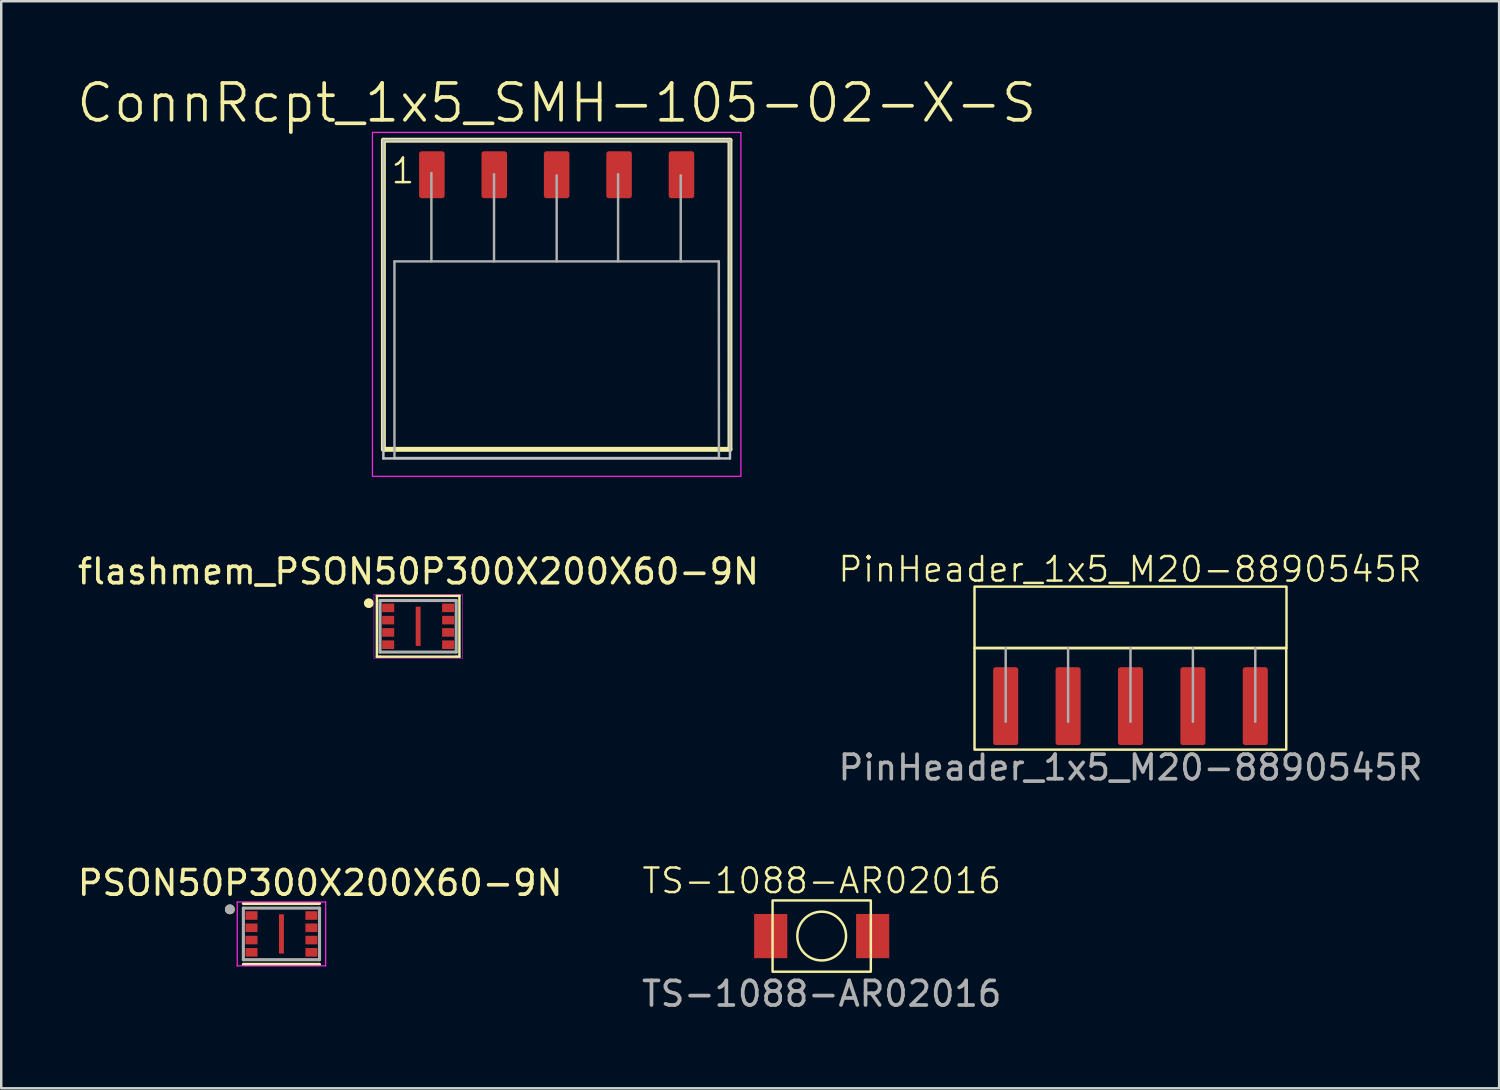
<source format=kicad_pcb>
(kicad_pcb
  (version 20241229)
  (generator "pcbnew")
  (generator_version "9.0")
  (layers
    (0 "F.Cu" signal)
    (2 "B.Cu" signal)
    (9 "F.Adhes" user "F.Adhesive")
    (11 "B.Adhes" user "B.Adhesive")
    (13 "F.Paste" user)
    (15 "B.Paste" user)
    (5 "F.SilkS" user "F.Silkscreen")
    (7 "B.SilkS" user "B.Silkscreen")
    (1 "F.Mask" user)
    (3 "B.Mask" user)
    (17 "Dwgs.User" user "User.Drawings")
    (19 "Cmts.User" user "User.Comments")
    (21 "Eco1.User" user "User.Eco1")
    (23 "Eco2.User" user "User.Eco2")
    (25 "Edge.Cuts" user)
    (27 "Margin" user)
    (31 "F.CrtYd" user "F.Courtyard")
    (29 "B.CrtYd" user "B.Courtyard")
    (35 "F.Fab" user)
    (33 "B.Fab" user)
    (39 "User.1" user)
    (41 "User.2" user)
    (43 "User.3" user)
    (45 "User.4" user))
  (footprint "PinHeader_1x5_M20-8890545R"
    (layer "F.Cu")
    (at 42.97 25.696)
    (property "Reference" "PinHeader_1x5_M20-8890545R" (at -0.02 -5.57 0) (unlocked yes) (layer "F.SilkS") (effects (font (size 1 1) (thickness 0.1))))
    (attr smd)
    (fp_rect (start -6.35 -4.865) (end 6.35 -2.365) (stroke (width 0.1) (type default)) (fill no) (layer "F.SilkS"))
    (fp_rect (start -6.35 -2.365) (end 6.34 1.77) (stroke (width 0.1) (type default)) (fill no) (layer "F.SilkS"))
    (fp_line (start -5.08 -2.365) (end -5.08 0.635) (stroke (width 0.1) (type default)) (layer "F.Fab"))
    (fp_line (start -2.54 -2.365) (end -2.54 0.635) (stroke (width 0.1) (type default)) (layer "F.Fab"))
    (fp_line (start 0 -2.365) (end 0 0.635) (stroke (width 0.1) (type default)) (layer "F.Fab"))
    (fp_line (start 2.54 -2.365) (end 2.54 0.635) (stroke (width 0.1) (type default)) (layer "F.Fab"))
    (fp_line (start 5.08 -2.365) (end 5.08 0.635) (stroke (width 0.1) (type default)) (layer "F.Fab"))
    (fp_text user "${REFERENCE}" (at 0 2.5 0) (unlocked yes) (layer "F.Fab") (effects (font (size 1 1) (thickness 0.15))))
    (pad "1" smd roundrect (at -5.08 0) (size 1.02 3.17) (layers "F.Cu" "F.Mask" "F.Paste") (roundrect_rratio 0.1))
    (pad "2" smd roundrect (at -2.54 0) (size 1.02 3.17) (layers "F.Cu" "F.Mask" "F.Paste") (roundrect_rratio 0.1))
    (pad "3" smd roundrect (at 0 0) (size 1.02 3.17) (layers "F.Cu" "F.Mask" "F.Paste") (roundrect_rratio 0.1))
    (pad "4" smd roundrect (at 2.54 0) (size 1.02 3.17) (layers "F.Cu" "F.Mask" "F.Paste") (roundrect_rratio 0.1))
    (pad "5" smd roundrect (at 5.08 0) (size 1.02 3.17) (layers "F.Cu" "F.Mask" "F.Paste") (roundrect_rratio 0.1)))
  (footprint "TS-1088-AR02016"
    (layer "F.Cu")
    (at 30.399 35.055)
    (property "Reference" "TS-1088-AR02016" (at 0 -2.25 0) (unlocked yes) (layer "F.SilkS") (effects (font (size 1 1) (thickness 0.1))))
    (attr smd)
    (fp_rect (start -2 -1.45) (end 2 1.45) (stroke (width 0.1) (type default)) (fill no) (layer "F.SilkS"))
    (fp_circle (center 0 0) (end 0.75 0.65) (stroke (width 0.1) (type default)) (fill no) (layer "F.SilkS"))
    (fp_text user "${REFERENCE}" (at 0 2.35 0) (unlocked yes) (layer "F.Fab") (effects (font (size 1 1) (thickness 0.15))))
    (pad "1" smd rect (at -2.075 0) (size 1.35 1.8) (layers "F.Cu" "F.Mask" "F.Paste"))
    (pad "2" smd rect (at 2.075 0) (size 1.35 1.8) (layers "F.Cu" "F.Mask" "F.Paste")))
  (footprint "ConnRcpt_1x5_SMH-105-02-X-S"
    (layer "F.Cu")
    (at 19.611 11.341)
    (property "Reference" "ConnRcpt_1x5_SMH-105-02-X-S" (at 0 -10.2 0) (layer "F.SilkS") (effects (font (size 1.5 1.5) (thickness 0.15))))
    (attr smd)
    (fp_line (start -7.054 -8.683) (end -7.054 3.9) (stroke (width 0.2) (type solid)) (layer "F.SilkS"))
    (fp_line (start -7.054 3.9) (end 7.054 3.9) (stroke (width 0.2) (type solid)) (layer "F.SilkS"))
    (fp_line (start 7.054 -8.683) (end -7.054 -8.683) (stroke (width 0.2) (type solid)) (layer "F.SilkS"))
    (fp_line (start 7.054 3.9) (end 7.054 -8.683) (stroke (width 0.2) (type solid)) (layer "F.SilkS"))
    (fp_line (start -7.054 -8.683) (end -7.054 4.27) (stroke (width 0.1) (type solid)) (layer "Dwgs.User"))
    (fp_line (start -7.054 4.27) (end 7.054 4.27) (stroke (width 0.1) (type solid)) (layer "Dwgs.User"))
    (fp_line (start 7.054 -8.683) (end -7.054 -8.683) (stroke (width 0.1) (type solid)) (layer "Dwgs.User"))
    (fp_line (start 7.054 4.27) (end 7.054 -8.683) (stroke (width 0.1) (type solid)) (layer "Dwgs.User"))
    (fp_rect (start -7.5 -9) (end 7.5 5) (stroke (width 0.05) (type default)) (fill no) (layer "F.CrtYd"))
    (fp_line (start -6.604 4.254) (end -6.604 -3.75) (stroke (width 0.1) (type solid)) (layer "F.Fab"))
    (fp_line (start -6.604 4.254) (end 6.604 4.254) (stroke (width 0.1) (type default)) (layer "F.Fab"))
    (fp_line (start -5.1 -7.35) (end -5.1 -3.75) (stroke (width 0.1) (type default)) (layer "F.Fab"))
    (fp_line (start -2.55 -7.3) (end -2.55 -3.75) (stroke (width 0.1) (type default)) (layer "F.Fab"))
    (fp_line (start 0 -7.25) (end 0 -3.75) (stroke (width 0.1) (type default)) (layer "F.Fab"))
    (fp_line (start 2.5 -7.3) (end 2.5 -3.75) (stroke (width 0.1) (type default)) (layer "F.Fab"))
    (fp_line (start 5.05 -7.25) (end 5.05 -3.75) (stroke (width 0.1) (type default)) (layer "F.Fab"))
    (fp_line (start 6.6 -3.75) (end -6.6 -3.75) (stroke (width 0.1) (type default)) (layer "F.Fab"))
    (fp_line (start 6.604 4.254) (end 6.6 -3.75) (stroke (width 0.1) (type solid)) (layer "F.Fab"))
    (fp_text user "1" (at -6.8 -6.85 0) (unlocked yes) (layer "F.SilkS") (effects (font (size 1 1) (thickness 0.1)) (justify left bottom)))
    (pad "1" smd roundrect (at -5.08 -7.277) (size 1.04 1.91) (layers "F.Cu" "F.Paste") (roundrect_rratio 0.098))
    (pad "2" smd roundrect (at -2.54 -7.277) (size 1.04 1.91) (layers "F.Cu" "F.Paste") (roundrect_rratio 0.098))
    (pad "3" smd roundrect (at 0 -7.277) (size 1.04 1.91) (layers "F.Cu" "F.Paste") (roundrect_rratio 0.098))
    (pad "4" smd roundrect (at 2.54 -7.277) (size 1.04 1.91) (layers "F.Cu" "F.Paste") (roundrect_rratio 0.098))
    (pad "5" smd roundrect (at 5.08 -7.277) (size 1.04 1.91) (layers "F.Cu" "F.Paste") (roundrect_rratio 0.098)))
  (footprint "PSON50P300X200X60-9N"
    (layer "F.Cu")
    (at 8.407 34.968)
    (property "Reference" "PSON50P300X200X60-9N" (at 1.575 -2.075 0) (layer "F.SilkS") (effects (font (size 1 1) (thickness 0.15))))
    (attr smd)
    (fp_line (start -1.55 -1.239) (end 1.55 -1.239) (stroke (width 0.127) (type solid)) (layer "F.SilkS"))
    (fp_line (start -1.55 1.239) (end 1.55 1.239) (stroke (width 0.127) (type solid)) (layer "F.SilkS"))
    (fp_circle (center -2.1 -1) (end -2 -1) (stroke (width 0.2) (type solid)) (fill no) (layer "F.SilkS"))
    (fp_line (start -1.8 -1.3) (end 1.8 -1.3) (stroke (width 0.05) (type solid)) (layer "F.CrtYd"))
    (fp_line (start -1.8 1.3) (end -1.8 -1.3) (stroke (width 0.05) (type solid)) (layer "F.CrtYd"))
    (fp_line (start 1.8 -1.3) (end 1.8 1.3) (stroke (width 0.05) (type solid)) (layer "F.CrtYd"))
    (fp_line (start 1.8 1.3) (end -1.8 1.3) (stroke (width 0.05) (type solid)) (layer "F.CrtYd"))
    (fp_line (start -1.55 -1.05) (end 1.55 -1.05) (stroke (width 0.127) (type solid)) (layer "F.Fab"))
    (fp_line (start -1.55 1.05) (end -1.55 -1.05) (stroke (width 0.127) (type solid)) (layer "F.Fab"))
    (fp_line (start 1.55 -1.05) (end 1.55 1.05) (stroke (width 0.127) (type solid)) (layer "F.Fab"))
    (fp_line (start 1.55 1.05) (end -1.55 1.05) (stroke (width 0.127) (type solid)) (layer "F.Fab"))
    (fp_circle (center -2.1 -1) (end -2 -1) (stroke (width 0.2) (type solid)) (fill no) (layer "F.Fab"))
    (pad "1" smd rect (at -1.22 -0.75) (size 0.49 0.35) (layers "F.Cu" "F.Mask" "F.Paste"))
    (pad "2" smd rect (at -1.22 -0.25) (size 0.49 0.35) (layers "F.Cu" "F.Mask" "F.Paste"))
    (pad "3" smd rect (at -1.22 0.25) (size 0.49 0.35) (layers "F.Cu" "F.Mask" "F.Paste"))
    (pad "4" smd rect (at -1.22 0.75) (size 0.49 0.35) (layers "F.Cu" "F.Mask" "F.Paste"))
    (pad "5" smd rect (at 1.22 0.75 180) (size 0.49 0.35) (layers "F.Cu" "F.Mask" "F.Paste"))
    (pad "6" smd rect (at 1.22 0.25 180) (size 0.49 0.35) (layers "F.Cu" "F.Mask" "F.Paste"))
    (pad "7" smd rect (at 1.22 -0.25 180) (size 0.49 0.35) (layers "F.Cu" "F.Mask" "F.Paste"))
    (pad "8" smd rect (at 1.22 -0.75 180) (size 0.49 0.35) (layers "F.Cu" "F.Mask" "F.Paste"))
    (pad "9" smd rect (at 0 0) (size 0.2 1.6) (layers "F.Cu" "F.Mask" "F.Paste")))
  (footprint "flashmem_PSON50P300X200X60-9N"
    (layer "F.Cu")
    (at 13.972 22.444)
    (property "Reference" "flashmem_PSON50P300X200X60-9N" (at 0.01 -2.23 0) (layer "F.SilkS") (effects (font (size 1 1) (thickness 0.15))))
    (attr smd)
    (fp_line (start -1.68 -1.24) (end -1.68 1.24) (stroke (width 0.1) (type default)) (layer "F.SilkS"))
    (fp_line (start -1.68 1.24) (end -1.55 1.239) (stroke (width 0.1) (type default)) (layer "F.SilkS"))
    (fp_line (start -1.55 -1.239) (end -1.68 -1.24) (stroke (width 0.1) (type default)) (layer "F.SilkS"))
    (fp_line (start -1.55 -1.239) (end 1.55 -1.239) (stroke (width 0.1) (type solid)) (layer "F.SilkS"))
    (fp_line (start -1.55 1.239) (end 1.55 1.239) (stroke (width 0.1) (type solid)) (layer "F.SilkS"))
    (fp_line (start 1.55 -1.239) (end 1.68 -1.24) (stroke (width 0.1) (type default)) (layer "F.SilkS"))
    (fp_line (start 1.68 -1.24) (end 1.68 1.24) (stroke (width 0.1) (type default)) (layer "F.SilkS"))
    (fp_line (start 1.68 1.24) (end 1.55 1.239) (stroke (width 0.1) (type default)) (layer "F.SilkS"))
    (fp_circle (center -2.01 -0.94) (end -1.91 -0.94) (stroke (width 0.2) (type solid)) (fill no) (layer "F.SilkS"))
    (fp_line (start -1.8 -1.3) (end 1.8 -1.3) (stroke (width 0.02) (type solid)) (layer "F.CrtYd"))
    (fp_line (start -1.8 1.3) (end -1.8 -1.3) (stroke (width 0.02) (type solid)) (layer "F.CrtYd"))
    (fp_line (start 1.8 -1.3) (end 1.8 1.3) (stroke (width 0.02) (type solid)) (layer "F.CrtYd"))
    (fp_line (start 1.8 1.3) (end -1.8 1.3) (stroke (width 0.02) (type solid)) (layer "F.CrtYd"))
    (fp_line (start -1.55 -1.05) (end 1.55 -1.05) (stroke (width 0.127) (type solid)) (layer "F.Fab"))
    (fp_line (start -1.55 1.05) (end -1.55 -1.05) (stroke (width 0.127) (type solid)) (layer "F.Fab"))
    (fp_line (start 1.55 -1.05) (end 1.55 1.05) (stroke (width 0.127) (type solid)) (layer "F.Fab"))
    (fp_line (start 1.55 1.05) (end -1.55 1.05) (stroke (width 0.127) (type solid)) (layer "F.Fab"))
    (pad "1" smd rect (at -1.22 -0.75) (size 0.49 0.35) (layers "F.Cu" "F.Mask" "F.Paste"))
    (pad "2" smd rect (at -1.22 -0.25) (size 0.49 0.35) (layers "F.Cu" "F.Mask" "F.Paste"))
    (pad "3" smd rect (at -1.22 0.25) (size 0.49 0.35) (layers "F.Cu" "F.Mask" "F.Paste"))
    (pad "4" smd rect (at -1.22 0.75) (size 0.49 0.35) (layers "F.Cu" "F.Mask" "F.Paste"))
    (pad "5" smd rect (at 1.22 0.75 180) (size 0.49 0.35) (layers "F.Cu" "F.Mask" "F.Paste"))
    (pad "6" smd rect (at 1.22 0.25 180) (size 0.49 0.35) (layers "F.Cu" "F.Mask" "F.Paste"))
    (pad "7" smd rect (at 1.22 -0.25 180) (size 0.49 0.35) (layers "F.Cu" "F.Mask" "F.Paste"))
    (pad "8" smd rect (at 1.22 -0.75 180) (size 0.49 0.35) (layers "F.Cu" "F.Mask" "F.Paste"))
    (pad "9" smd rect (at 0 0) (size 0.2 1.6) (layers "F.Cu" "F.Mask" "F.Paste")))
  (gr_rect
    (start -3 -3)
    (end 57.976 41.253)
    (stroke (width 0.1) (type default))
    (fill no)
    (layer "Edge.Cuts")))
</source>
